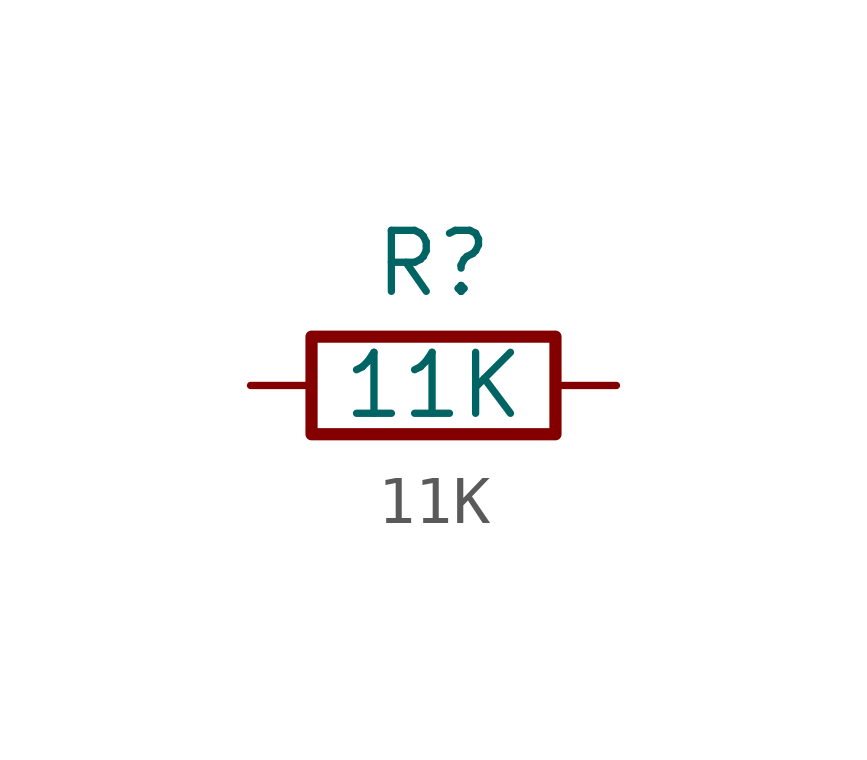
<source format=kicad_sym>
(kicad_symbol_lib
  (version 20241209)
  (generator "kicad_symbol_editor")
  (generator_version "9.0")
  (symbol "11K"
    (pin_numbers
      (hide yes))
    (pin_names
      (offset 0))
    (property "Reference" "R"
      (at 0 2.54 0)
      (effects (font (size 1.27 1.27))))
    (property "Value" "11K"
      (at 0 0 0)
      (effects (font (size 1.27 1.27))))
    (symbol "11K_0_1"
      (rectangle (start 2.54 -1.016) (end -2.54 1.016) (stroke (width 0.254) (type solid)) (fill (type none))))
    (symbol "11K_1_1"
      (pin passive line (at -3.81 0 0) (length 1.27) (name "~" (effects (font (size 1.27 1.27)))) (number "1" (effects (font (size 1.27 1.27)))))
      (pin passive line (at 3.81 0 180) (length 1.27) (name "~" (effects (font (size 1.27 1.27)))) (number "2" (effects (font (size 1.27 1.27))))))))
</source>
